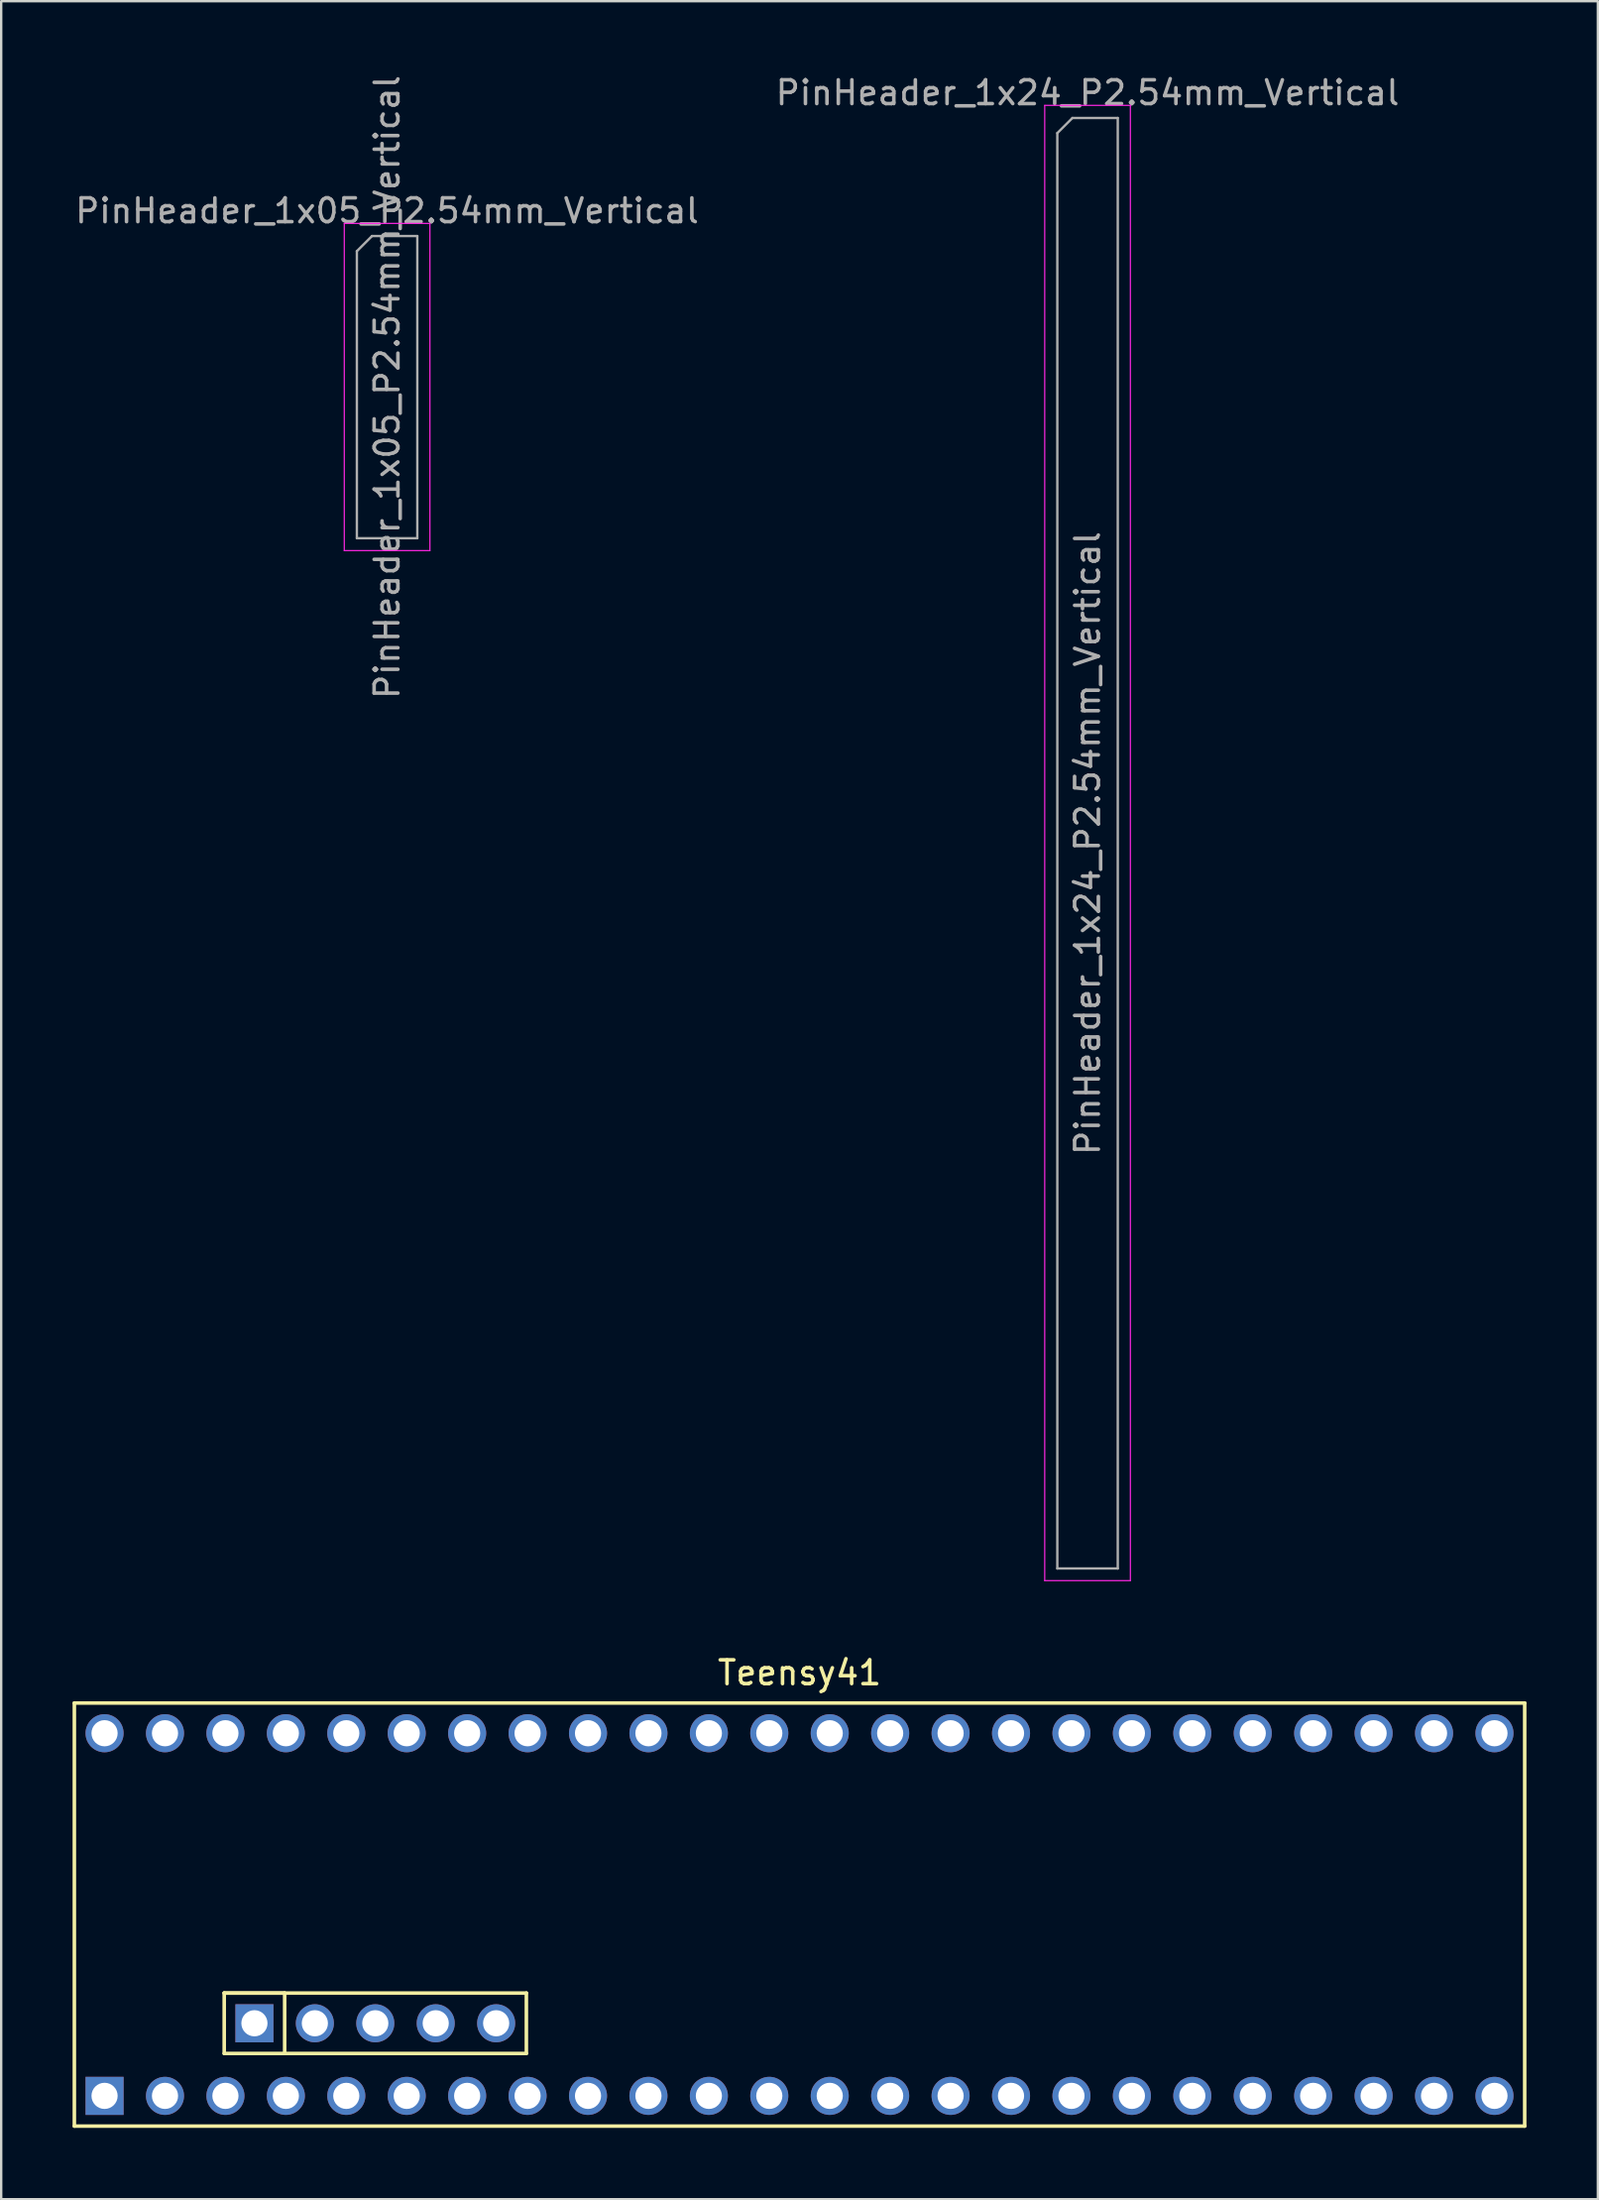
<source format=kicad_pcb>
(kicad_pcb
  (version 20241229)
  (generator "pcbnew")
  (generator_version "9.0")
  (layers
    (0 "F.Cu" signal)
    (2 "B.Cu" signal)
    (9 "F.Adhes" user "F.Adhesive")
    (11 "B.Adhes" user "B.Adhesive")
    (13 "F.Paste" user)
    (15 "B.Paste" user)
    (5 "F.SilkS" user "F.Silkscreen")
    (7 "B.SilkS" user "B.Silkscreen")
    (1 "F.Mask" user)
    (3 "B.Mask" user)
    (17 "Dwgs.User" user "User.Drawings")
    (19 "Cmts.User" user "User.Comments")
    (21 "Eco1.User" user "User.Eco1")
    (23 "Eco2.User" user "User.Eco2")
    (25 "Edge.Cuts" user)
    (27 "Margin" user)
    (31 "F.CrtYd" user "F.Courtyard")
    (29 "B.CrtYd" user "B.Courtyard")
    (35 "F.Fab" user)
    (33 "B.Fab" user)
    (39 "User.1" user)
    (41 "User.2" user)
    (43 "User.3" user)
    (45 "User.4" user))
  (footprint "PinHeader_1x05_P2.54mm_Vertical"
    (layer "F.Cu")
    (at 13.22 8.14)
    (property "Reference" "PinHeader_1x05_P2.54mm_Vertical" (at 0 -2.33 0) (layer "F.Fab") (effects (font (size 1 1) (thickness 0.15))))
    (attr through_hole)
    (fp_line (start -1.8 -1.8) (end -1.8 11.95) (stroke (width 0.05) (type solid)) (layer "F.CrtYd"))
    (fp_line (start -1.8 11.95) (end 1.8 11.95) (stroke (width 0.05) (type solid)) (layer "F.CrtYd"))
    (fp_line (start 1.8 -1.8) (end -1.8 -1.8) (stroke (width 0.05) (type solid)) (layer "F.CrtYd"))
    (fp_line (start 1.8 11.95) (end 1.8 -1.8) (stroke (width 0.05) (type solid)) (layer "F.CrtYd"))
    (fp_line (start -1.27 -0.635) (end -0.635 -1.27) (stroke (width 0.1) (type solid)) (layer "F.Fab"))
    (fp_line (start -1.27 11.43) (end -1.27 -0.635) (stroke (width 0.1) (type solid)) (layer "F.Fab"))
    (fp_line (start -0.635 -1.27) (end 1.27 -1.27) (stroke (width 0.1) (type solid)) (layer "F.Fab"))
    (fp_line (start 1.27 -1.27) (end 1.27 11.43) (stroke (width 0.1) (type solid)) (layer "F.Fab"))
    (fp_line (start 1.27 11.43) (end -1.27 11.43) (stroke (width 0.1) (type solid)) (layer "F.Fab"))
    (fp_text user "${REFERENCE}" (at 0 5.08 90) (layer "F.Fab") (effects (font (size 1 1) (thickness 0.15)))))
  (footprint "Teensy41"
    (layer "F.Cu")
    (at 30.555 77.412)
    (property "Reference" "Teensy41" (at 0 -10.16 0) (layer "F.SilkS") (effects (font (size 1 1) (thickness 0.15))))
    (attr through_hole)
    (fp_line (start -30.48 -8.89) (end 30.48 -8.89) (stroke (width 0.15) (type solid)) (layer "F.SilkS"))
    (fp_line (start -30.48 8.89) (end -30.48 -8.89) (stroke (width 0.15) (type solid)) (layer "F.SilkS"))
    (fp_line (start -24.181 3.299) (end -21.641 3.299) (stroke (width 0.15) (type solid)) (layer "F.SilkS"))
    (fp_line (start -24.181 3.299) (end -11.481 3.299) (stroke (width 0.15) (type solid)) (layer "F.SilkS"))
    (fp_line (start -24.181 5.839) (end -24.181 3.299) (stroke (width 0.15) (type solid)) (layer "F.SilkS"))
    (fp_line (start -21.641 3.299) (end -21.641 5.839) (stroke (width 0.15) (type solid)) (layer "F.SilkS"))
    (fp_line (start -11.481 3.299) (end -11.481 5.839) (stroke (width 0.15) (type solid)) (layer "F.SilkS"))
    (fp_line (start -11.481 5.839) (end -24.181 5.839) (stroke (width 0.15) (type solid)) (layer "F.SilkS"))
    (fp_line (start 30.48 -8.89) (end 30.48 8.89) (stroke (width 0.15) (type solid)) (layer "F.SilkS"))
    (fp_line (start 30.48 8.89) (end -30.48 8.89) (stroke (width 0.15) (type solid)) (layer "F.SilkS"))
    (pad "1" thru_hole rect (at -29.21 7.62) (size 1.6 1.6) (drill 1.1) (layers "*.Cu" "*.Mask"))
    (pad "2" thru_hole circle (at -26.67 7.62) (size 1.6 1.6) (drill 1.1) (layers "*.Cu" "*.Mask"))
    (pad "3" thru_hole circle (at -24.13 7.62) (size 1.6 1.6) (drill 1.1) (layers "*.Cu" "*.Mask"))
    (pad "4" thru_hole circle (at -21.59 7.62) (size 1.6 1.6) (drill 1.1) (layers "*.Cu" "*.Mask"))
    (pad "5" thru_hole circle (at -19.05 7.62) (size 1.6 1.6) (drill 1.1) (layers "*.Cu" "*.Mask"))
    (pad "6" thru_hole circle (at -16.51 7.62) (size 1.6 1.6) (drill 1.1) (layers "*.Cu" "*.Mask"))
    (pad "7" thru_hole circle (at -13.97 7.62) (size 1.6 1.6) (drill 1.1) (layers "*.Cu" "*.Mask"))
    (pad "8" thru_hole circle (at -11.43 7.62) (size 1.6 1.6) (drill 1.1) (layers "*.Cu" "*.Mask"))
    (pad "9" thru_hole circle (at -8.89 7.62) (size 1.6 1.6) (drill 1.1) (layers "*.Cu" "*.Mask"))
    (pad "10" thru_hole circle (at -6.35 7.62) (size 1.6 1.6) (drill 1.1) (layers "*.Cu" "*.Mask"))
    (pad "11" thru_hole circle (at -3.81 7.62) (size 1.6 1.6) (drill 1.1) (layers "*.Cu" "*.Mask"))
    (pad "12" thru_hole circle (at -1.27 7.62) (size 1.6 1.6) (drill 1.1) (layers "*.Cu" "*.Mask"))
    (pad "13" thru_hole circle (at 1.27 7.62) (size 1.6 1.6) (drill 1.1) (layers "*.Cu" "*.Mask"))
    (pad "14" thru_hole circle (at 3.81 7.62) (size 1.6 1.6) (drill 1.1) (layers "*.Cu" "*.Mask"))
    (pad "15" thru_hole circle (at 6.35 7.62) (size 1.6 1.6) (drill 1.1) (layers "*.Cu" "*.Mask"))
    (pad "16" thru_hole circle (at 8.89 7.62) (size 1.6 1.6) (drill 1.1) (layers "*.Cu" "*.Mask"))
    (pad "17" thru_hole circle (at 11.43 7.62) (size 1.6 1.6) (drill 1.1) (layers "*.Cu" "*.Mask"))
    (pad "18" thru_hole circle (at 13.97 7.62) (size 1.6 1.6) (drill 1.1) (layers "*.Cu" "*.Mask"))
    (pad "19" thru_hole circle (at 16.51 7.62) (size 1.6 1.6) (drill 1.1) (layers "*.Cu" "*.Mask"))
    (pad "20" thru_hole circle (at 19.05 7.62) (size 1.6 1.6) (drill 1.1) (layers "*.Cu" "*.Mask"))
    (pad "21" thru_hole circle (at 21.59 7.62) (size 1.6 1.6) (drill 1.1) (layers "*.Cu" "*.Mask"))
    (pad "22" thru_hole circle (at 24.13 7.62) (size 1.6 1.6) (drill 1.1) (layers "*.Cu" "*.Mask"))
    (pad "23" thru_hole circle (at 26.67 7.62) (size 1.6 1.6) (drill 1.1) (layers "*.Cu" "*.Mask"))
    (pad "24" thru_hole circle (at 29.21 7.62) (size 1.6 1.6) (drill 1.1) (layers "*.Cu" "*.Mask"))
    (pad "25" thru_hole circle (at 29.21 -7.62) (size 1.6 1.6) (drill 1.1) (layers "*.Cu" "*.Mask"))
    (pad "26" thru_hole circle (at 26.67 -7.62) (size 1.6 1.6) (drill 1.1) (layers "*.Cu" "*.Mask"))
    (pad "27" thru_hole circle (at 24.13 -7.62) (size 1.6 1.6) (drill 1.1) (layers "*.Cu" "*.Mask"))
    (pad "28" thru_hole circle (at 21.59 -7.62) (size 1.6 1.6) (drill 1.1) (layers "*.Cu" "*.Mask"))
    (pad "29" thru_hole circle (at 19.05 -7.62) (size 1.6 1.6) (drill 1.1) (layers "*.Cu" "*.Mask"))
    (pad "30" thru_hole circle (at 16.51 -7.62) (size 1.6 1.6) (drill 1.1) (layers "*.Cu" "*.Mask"))
    (pad "31" thru_hole circle (at 13.97 -7.62) (size 1.6 1.6) (drill 1.1) (layers "*.Cu" "*.Mask"))
    (pad "32" thru_hole circle (at 11.43 -7.62) (size 1.6 1.6) (drill 1.1) (layers "*.Cu" "*.Mask"))
    (pad "33" thru_hole circle (at 8.89 -7.62) (size 1.6 1.6) (drill 1.1) (layers "*.Cu" "*.Mask"))
    (pad "34" thru_hole circle (at 6.35 -7.62) (size 1.6 1.6) (drill 1.1) (layers "*.Cu" "*.Mask"))
    (pad "35" thru_hole circle (at 3.81 -7.62) (size 1.6 1.6) (drill 1.1) (layers "*.Cu" "*.Mask"))
    (pad "36" thru_hole circle (at 1.27 -7.62) (size 1.6 1.6) (drill 1.1) (layers "*.Cu" "*.Mask"))
    (pad "37" thru_hole circle (at -1.27 -7.62) (size 1.6 1.6) (drill 1.1) (layers "*.Cu" "*.Mask"))
    (pad "38" thru_hole circle (at -3.81 -7.62) (size 1.6 1.6) (drill 1.1) (layers "*.Cu" "*.Mask"))
    (pad "39" thru_hole circle (at -6.35 -7.62) (size 1.6 1.6) (drill 1.1) (layers "*.Cu" "*.Mask"))
    (pad "40" thru_hole circle (at -8.89 -7.62) (size 1.6 1.6) (drill 1.1) (layers "*.Cu" "*.Mask"))
    (pad "41" thru_hole circle (at -11.43 -7.62) (size 1.6 1.6) (drill 1.1) (layers "*.Cu" "*.Mask"))
    (pad "42" thru_hole circle (at -13.97 -7.62) (size 1.6 1.6) (drill 1.1) (layers "*.Cu" "*.Mask"))
    (pad "43" thru_hole circle (at -16.51 -7.62) (size 1.6 1.6) (drill 1.1) (layers "*.Cu" "*.Mask"))
    (pad "44" thru_hole circle (at -19.05 -7.62) (size 1.6 1.6) (drill 1.1) (layers "*.Cu" "*.Mask"))
    (pad "45" thru_hole circle (at -21.59 -7.62) (size 1.6 1.6) (drill 1.1) (layers "*.Cu" "*.Mask"))
    (pad "46" thru_hole circle (at -24.13 -7.62) (size 1.6 1.6) (drill 1.1) (layers "*.Cu" "*.Mask"))
    (pad "47" thru_hole circle (at -26.67 -7.62) (size 1.6 1.6) (drill 1.1) (layers "*.Cu" "*.Mask"))
    (pad "48" thru_hole circle (at -29.21 -7.62) (size 1.6 1.6) (drill 1.1) (layers "*.Cu" "*.Mask"))
    (pad "55" thru_hole rect (at -22.911 4.569) (size 1.6 1.6) (drill 1.1) (layers "*.Cu" "*.Mask"))
    (pad "56" thru_hole circle (at -20.371 4.569) (size 1.6 1.6) (drill 1.1) (layers "*.Cu" "*.Mask"))
    (pad "57" thru_hole circle (at -17.831 4.569) (size 1.6 1.6) (drill 1.1) (layers "*.Cu" "*.Mask"))
    (pad "58" thru_hole circle (at -15.291 4.569) (size 1.6 1.6) (drill 1.1) (layers "*.Cu" "*.Mask"))
    (pad "59" thru_hole circle (at -12.751 4.569) (size 1.6 1.6) (drill 1.1) (layers "*.Cu" "*.Mask")))
  (footprint "PinHeader_1x24_P2.54mm_Vertical"
    (layer "F.Cu")
    (at 42.661 3.178)
    (property "Reference" "PinHeader_1x24_P2.54mm_Vertical" (at 0 -2.33 0) (layer "F.Fab") (effects (font (size 1 1) (thickness 0.15))))
    (attr through_hole)
    (fp_line (start -1.8 -1.8) (end -1.8 60.2) (stroke (width 0.05) (type solid)) (layer "F.CrtYd"))
    (fp_line (start -1.8 60.2) (end 1.8 60.2) (stroke (width 0.05) (type solid)) (layer "F.CrtYd"))
    (fp_line (start 1.8 -1.8) (end -1.8 -1.8) (stroke (width 0.05) (type solid)) (layer "F.CrtYd"))
    (fp_line (start 1.8 60.2) (end 1.8 -1.8) (stroke (width 0.05) (type solid)) (layer "F.CrtYd"))
    (fp_line (start -1.27 -0.635) (end -0.635 -1.27) (stroke (width 0.1) (type solid)) (layer "F.Fab"))
    (fp_line (start -1.27 59.69) (end -1.27 -0.635) (stroke (width 0.1) (type solid)) (layer "F.Fab"))
    (fp_line (start -0.635 -1.27) (end 1.27 -1.27) (stroke (width 0.1) (type solid)) (layer "F.Fab"))
    (fp_line (start 1.27 -1.27) (end 1.27 59.69) (stroke (width 0.1) (type solid)) (layer "F.Fab"))
    (fp_line (start 1.27 59.69) (end -1.27 59.69) (stroke (width 0.1) (type solid)) (layer "F.Fab"))
    (fp_text user "${REFERENCE}" (at 0 29.21 90) (layer "F.Fab") (effects (font (size 1 1) (thickness 0.15)))))
  (gr_rect
    (start -3 -3)
    (end 64.11 89.376)
    (stroke (width 0.1) (type default))
    (fill no)
    (layer "Edge.Cuts")))
</source>
